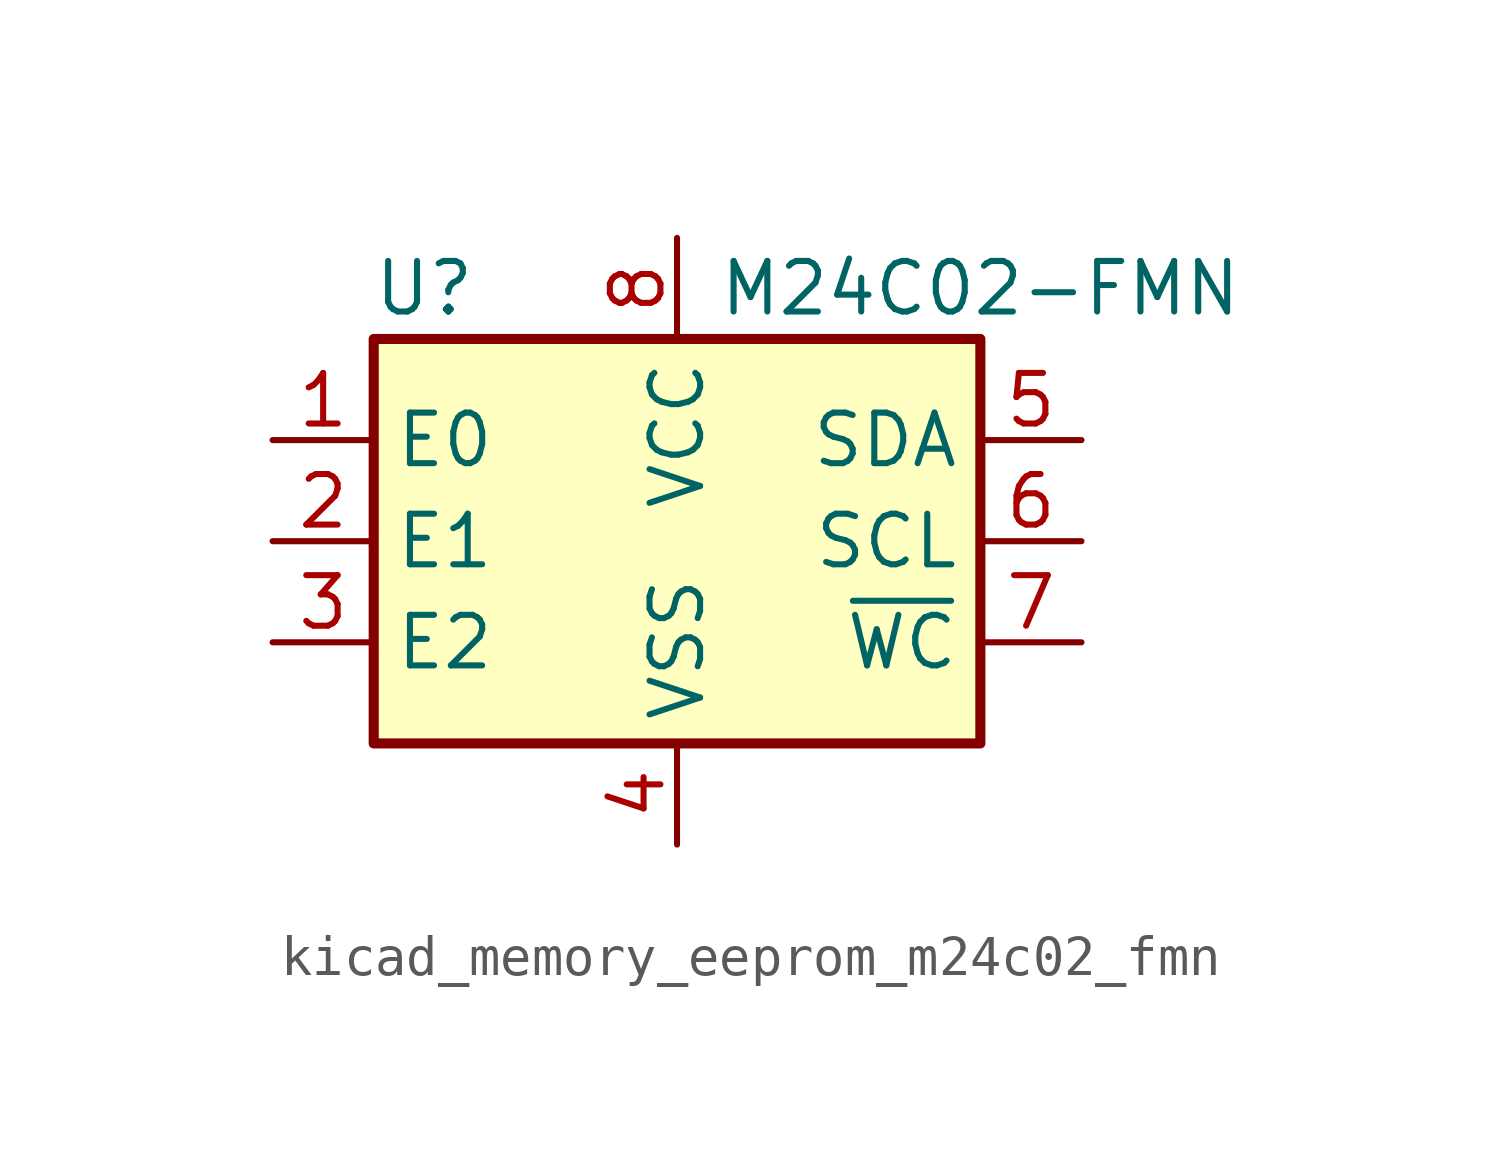
<source format=kicad_sym>
(kicad_symbol_lib
  (version 20220914)
  (generator kicad_symbol_editor)
  (symbol "kicad_memory_eeprom_m24c02_fmn"
    (property "Reference" "U"
      (at -6.35 6.35 0)
      (effects (font (size 1.27 1.27))))
    (property "Value" "M24C02-FMN"
      (at 7.62 6.35 0)
      (effects (font (size 1.27 1.27))))
    (symbol "kicad_memory_eeprom_m24c02_fmn_0_1"
      (rectangle (start -7.62 5.08) (end 7.62 -5.08) (stroke (width 0.254) (type default)) (fill (type background))))
    (symbol "kicad_memory_eeprom_m24c02_fmn_1_1"
      (pin input line (at -10.16 2.54 0) (length 2.54) (name "E0" (effects (font (size 1.27 1.27)))) (number "1" (effects (font (size 1.27 1.27)))))
      (pin input line (at -10.16 0 0) (length 2.54) (name "E1" (effects (font (size 1.27 1.27)))) (number "2" (effects (font (size 1.27 1.27)))))
      (pin input line (at -10.16 -2.54 0) (length 2.54) (name "E2" (effects (font (size 1.27 1.27)))) (number "3" (effects (font (size 1.27 1.27)))))
      (pin power_in line (at 0 -7.62 90) (length 2.54) (name "VSS" (effects (font (size 1.27 1.27)))) (number "4" (effects (font (size 1.27 1.27)))))
      (pin bidirectional line (at 10.16 2.54 180) (length 2.54) (name "SDA" (effects (font (size 1.27 1.27)))) (number "5" (effects (font (size 1.27 1.27)))))
      (pin input line (at 10.16 0 180) (length 2.54) (name "SCL" (effects (font (size 1.27 1.27)))) (number "6" (effects (font (size 1.27 1.27)))))
      (pin input line (at 10.16 -2.54 180) (length 2.54) (name "~{WC}" (effects (font (size 1.27 1.27)))) (number "7" (effects (font (size 1.27 1.27)))))
      (pin power_in line (at 0 7.62 270) (length 2.54) (name "VCC" (effects (font (size 1.27 1.27)))) (number "8" (effects (font (size 1.27 1.27))))))))
</source>
